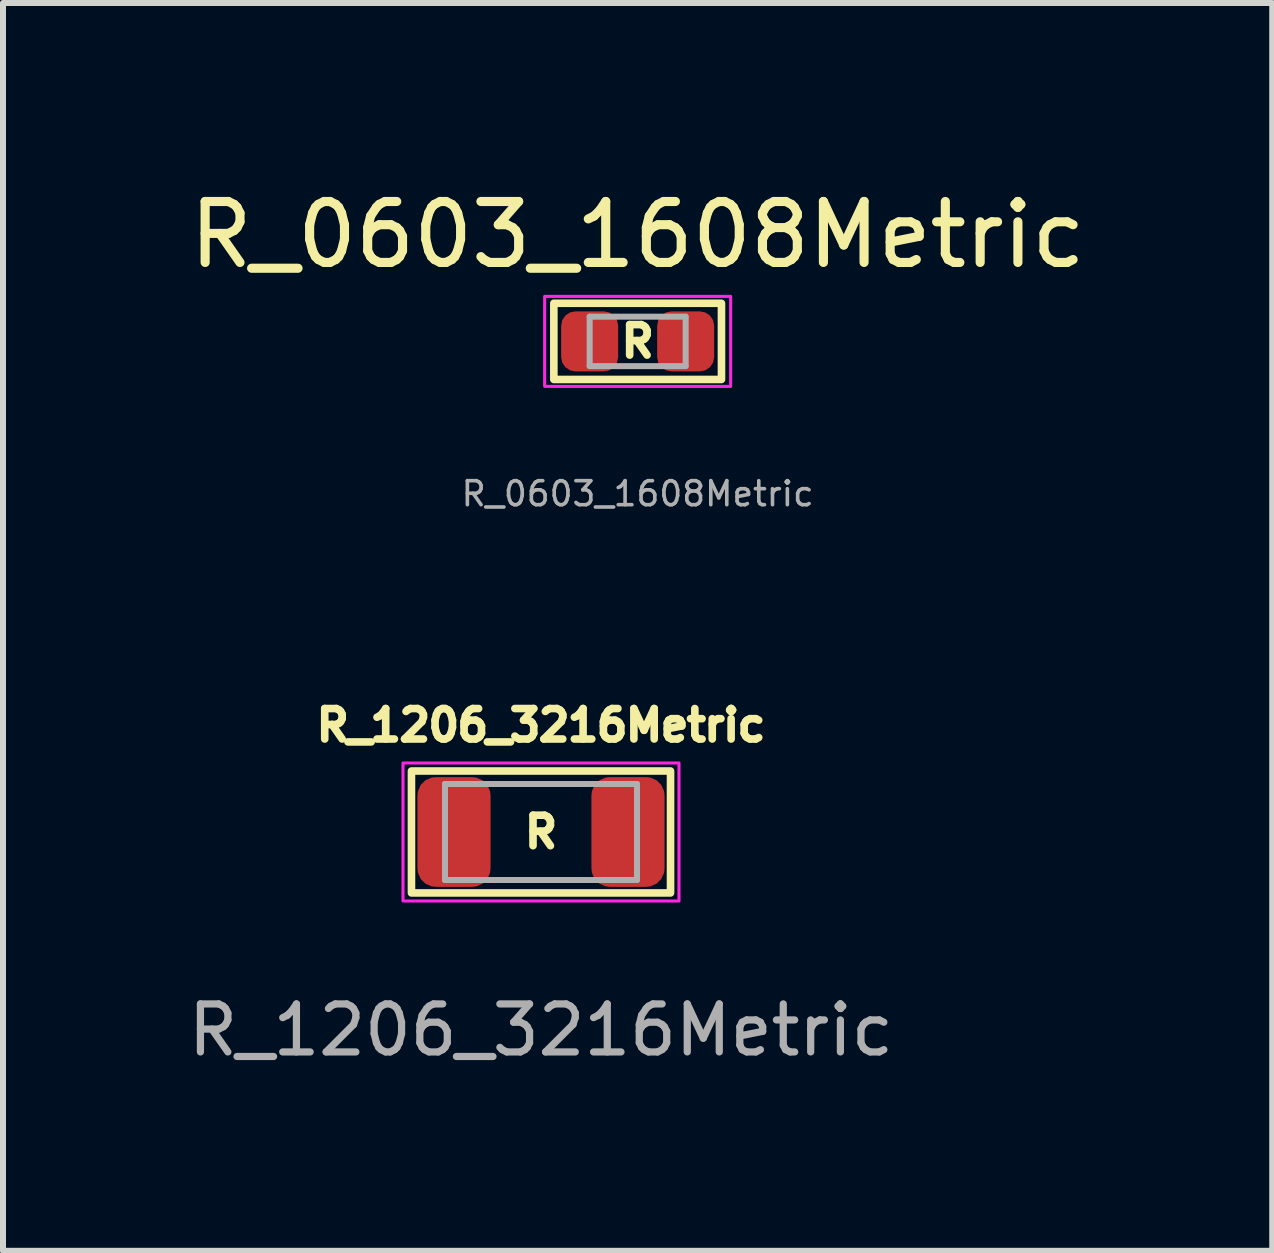
<source format=kicad_pcb>
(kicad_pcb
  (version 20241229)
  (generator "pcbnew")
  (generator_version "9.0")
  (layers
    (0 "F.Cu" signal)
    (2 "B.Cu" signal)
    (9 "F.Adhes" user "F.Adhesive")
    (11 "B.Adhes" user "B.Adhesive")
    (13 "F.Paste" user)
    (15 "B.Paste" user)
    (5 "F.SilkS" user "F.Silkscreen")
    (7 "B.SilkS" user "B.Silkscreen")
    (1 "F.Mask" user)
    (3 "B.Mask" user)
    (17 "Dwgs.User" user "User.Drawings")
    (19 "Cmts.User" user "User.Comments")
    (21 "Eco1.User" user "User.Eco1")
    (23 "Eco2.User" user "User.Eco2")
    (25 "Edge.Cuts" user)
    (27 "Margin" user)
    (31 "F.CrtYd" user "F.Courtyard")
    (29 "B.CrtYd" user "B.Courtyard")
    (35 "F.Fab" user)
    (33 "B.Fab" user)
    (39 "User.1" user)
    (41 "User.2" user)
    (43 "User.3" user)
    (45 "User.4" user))
  (footprint "R_1206_3216Metric"
    (layer "F.Cu")
    (at 5.967 10.817)
    (property "Reference" "R_1206_3216Metric" (at 0 -1.778 0) (layer "F.SilkS") (effects (font (size 0.508 0.508) (thickness 0.127))))
    (attr smd)
    (fp_rect (start -2.159 -1.016) (end 2.159 1.016) (stroke (width 0.127) (type default)) (fill no) (layer "F.SilkS"))
    (fp_rect (start -2.3 -1.15) (end 2.3 1.15) (stroke (width 0.051) (type default)) (fill no) (layer "F.CrtYd"))
    (fp_line (start -1.6 -0.8) (end 1.6 -0.8) (stroke (width 0.1) (type solid)) (layer "F.Fab"))
    (fp_line (start -1.6 0.8) (end -1.6 -0.8) (stroke (width 0.1) (type solid)) (layer "F.Fab"))
    (fp_line (start 1.6 -0.8) (end 1.6 0.8) (stroke (width 0.1) (type solid)) (layer "F.Fab"))
    (fp_line (start 1.6 0.8) (end -1.6 0.8) (stroke (width 0.1) (type solid)) (layer "F.Fab"))
    (fp_text user "R" (at 0 0 0) (layer "F.SilkS") (effects (font (size 0.508 0.508) (thickness 0.127))))
    (fp_text user "${REFERENCE}" (at 0 3.302 0) (layer "F.Fab") (effects (font (size 0.8 0.8) (thickness 0.12))))
    (pad "1" smd roundrect (at -1.45 0) (size 1.219 1.829) (layers "F.Cu" "F.Mask" "F.Paste") (roundrect_rratio 0.25))
    (pad "2" smd roundrect (at 1.45 0) (size 1.219 1.829) (layers "F.Cu" "F.Mask" "F.Paste") (roundrect_rratio 0.25)))
  (footprint "R_0603_1608Metric"
    (layer "F.Cu")
    (at 7.578 2.64)
    (property "Reference" "R_0603_1608Metric" (at 0 -1.778 0) (layer "F.SilkS") (effects (font (size 1.016 1.016) (thickness 0.152))))
    (attr smd)
    (fp_rect (start -1.397 -0.635) (end 1.397 0.635) (stroke (width 0.127) (type default)) (fill no) (layer "F.SilkS"))
    (fp_rect (start -1.55 -0.75) (end 1.55 0.75) (stroke (width 0.051) (type default)) (fill no) (layer "F.CrtYd"))
    (fp_line (start -0.8 -0.412) (end 0.8 -0.412) (stroke (width 0.1) (type solid)) (layer "F.Fab"))
    (fp_line (start -0.8 0.412) (end -0.8 -0.412) (stroke (width 0.1) (type solid)) (layer "F.Fab"))
    (fp_line (start 0.8 -0.412) (end 0.8 0.412) (stroke (width 0.1) (type solid)) (layer "F.Fab"))
    (fp_line (start 0.8 0.412) (end -0.8 0.412) (stroke (width 0.1) (type solid)) (layer "F.Fab"))
    (fp_text user "R" (at 0 0 0) (layer "F.SilkS") (effects (font (size 0.508 0.508) (thickness 0.127))))
    (fp_text user "${REFERENCE}" (at 0 2.54 0) (layer "F.Fab") (effects (font (size 0.4 0.4) (thickness 0.06))))
    (pad "1" smd roundrect (at -0.8 0) (size 0.95 1) (layers "F.Cu" "F.Mask" "F.Paste") (roundrect_rratio 0.25))
    (pad "2" smd roundrect (at 0.8 0) (size 0.95 1) (layers "F.Cu" "F.Mask" "F.Paste") (roundrect_rratio 0.25)))
  (gr_rect
    (start -3 -3)
    (end 18.155 17.798)
    (stroke (width 0.1) (type default))
    (fill no)
    (layer "Edge.Cuts")))
</source>
